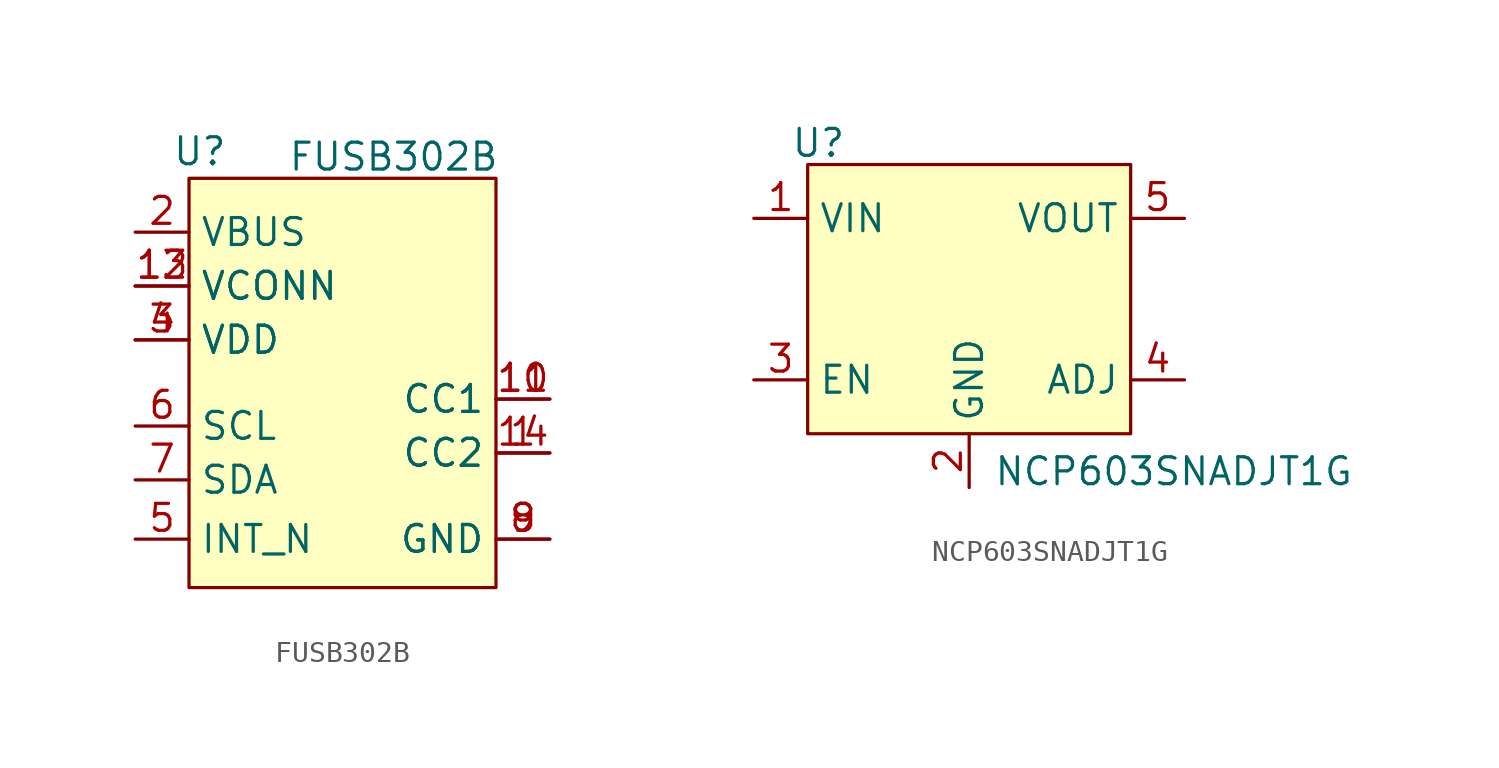
<source format=kicad_sym>
(kicad_symbol_lib
  (version 20220914)
  (generator kicad_symbol_editor)
  (symbol "FUSB302B"
    (property "Reference" "U"
      (at 3.048 1.27 0)
      (effects (font (size 1.27 1.27))))
    (property "Value" "FUSB302B"
      (at 12.192 1.016 0)
      (effects (font (size 1.27 1.27))))
    (symbol "FUSB302B_0_0"
      (pin bidirectional line (at 19.558 -12.954 180) (length 2.54) (name "CC2" (effects (font (size 1.27 1.27)))) (number "1" (effects (font (size 1.27 1.27)))))
      (pin bidirectional line (at 19.558 -10.414 180) (length 2.54) (name "CC1" (effects (font (size 1.27 1.27)))) (number "10" (effects (font (size 1.27 1.27)))))
      (pin bidirectional line (at 19.558 -10.414 180) (length 2.54) (name "CC1" (effects (font (size 1.27 1.27)))) (number "11" (effects (font (size 1.27 1.27)))))
      (pin power_in line (at 0 -5.08 0) (length 2.54) (name "VCONN" (effects (font (size 1.27 1.27)))) (number "12" (effects (font (size 1.27 1.27)))))
      (pin power_in line (at 0 -5.08 0) (length 2.54) (name "VCONN" (effects (font (size 1.27 1.27)))) (number "13" (effects (font (size 1.27 1.27)))))
      (pin bidirectional line (at 19.558 -12.954 180) (length 2.54) (name "CC2" (effects (font (size 1.27 1.27)))) (number "14" (effects (font (size 1.27 1.27)))))
      (pin power_in line (at 0 -2.54 0) (length 2.54) (name "VBUS" (effects (font (size 1.27 1.27)))) (number "2" (effects (font (size 1.27 1.27)))))
      (pin power_in line (at 0 -7.62 0) (length 2.54) (name "VDD" (effects (font (size 1.27 1.27)))) (number "3" (effects (font (size 1.27 1.27)))))
      (pin power_in line (at 0 -7.62 0) (length 2.54) (name "VDD" (effects (font (size 1.27 1.27)))) (number "4" (effects (font (size 1.27 1.27)))))
      (pin output line (at 0 -17.018 0) (length 2.54) (name "INT_N" (effects (font (size 1.27 1.27)))) (number "5" (effects (font (size 1.27 1.27)))))
      (pin output line (at 0 -11.684 0) (length 2.54) (name "SCL" (effects (font (size 1.27 1.27)))) (number "6" (effects (font (size 1.27 1.27)))))
      (pin bidirectional line (at 0 -14.224 0) (length 2.54) (name "SDA" (effects (font (size 1.27 1.27)))) (number "7" (effects (font (size 1.27 1.27)))))
      (pin power_out line (at 19.558 -17.018 180) (length 2.54) (name "GND" (effects (font (size 1.27 1.27)))) (number "8" (effects (font (size 1.27 1.27)))))
      (pin power_out line (at 19.558 -17.018 180) (length 2.54) (name "GND" (effects (font (size 1.27 1.27)))) (number "9" (effects (font (size 1.27 1.27))))))
    (symbol "FUSB302B_0_1"
      (rectangle (start 2.54 0) (end 17.018 -19.304) (stroke (width 0) (type default)) (fill (type background)))))
  (symbol "NCP603SNADJT1G"
    (property "Reference" "U"
      (at 3.048 3.556 0)
      (effects (font (size 1.27 1.27))))
    (property "Value" " NCP603SNADJT1G"
      (at 19.812 -11.938 0)
      (effects (font (size 1.27 1.27))))
    (symbol "NCP603SNADJT1G_0_0"
      (pin power_in line (at 0 0 0) (length 2.54) (name "VIN" (effects (font (size 1.27 1.27)))) (number "1" (effects (font (size 1.27 1.27)))))
      (pin power_in line (at 10.16 -12.7 90) (length 2.54) (name "GND" (effects (font (size 1.27 1.27)))) (number "2" (effects (font (size 1.27 1.27)))))
      (pin input line (at 0 -7.62 0) (length 2.54) (name "EN" (effects (font (size 1.27 1.27)))) (number "3" (effects (font (size 1.27 1.27)))))
      (pin input line (at 20.32 -7.62 180) (length 2.54) (name "ADJ" (effects (font (size 1.27 1.27)))) (number "4" (effects (font (size 1.27 1.27)))))
      (pin power_out line (at 20.32 0 180) (length 2.54) (name "VOUT" (effects (font (size 1.27 1.27)))) (number "5" (effects (font (size 1.27 1.27))))))
    (symbol "NCP603SNADJT1G_0_1"
      (rectangle (start 2.54 2.54) (end 17.78 -10.16) (stroke (width 0) (type default)) (fill (type background))))))
</source>
